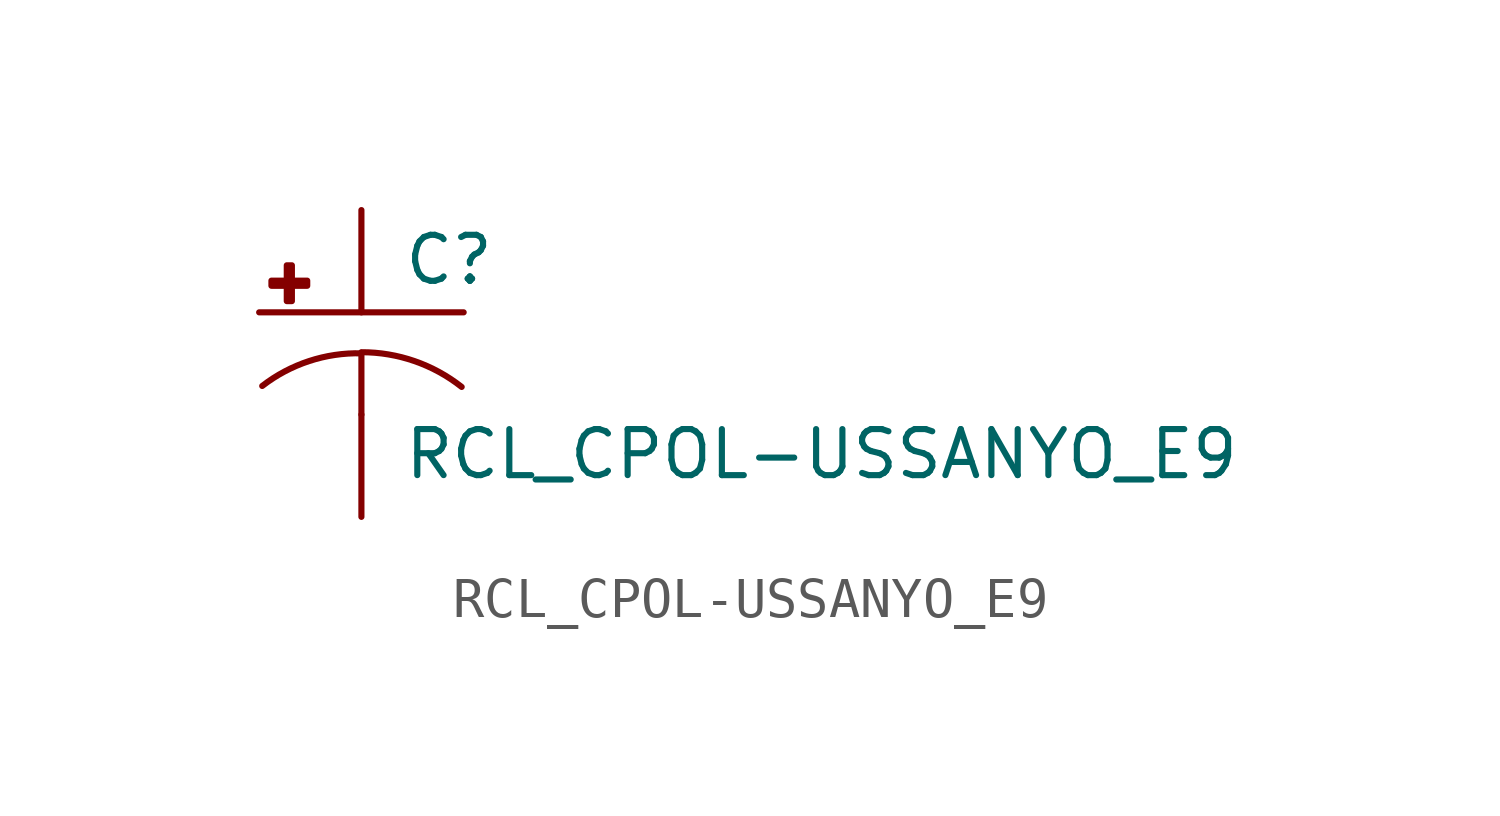
<source format=kicad_sym>
(kicad_symbol_lib
  (version 20210619)
  (generator kicad_symbol_editor)
  (symbol "RCL_CPOL-USSANYO_E9"
    (pin_numbers hide)
    (pin_names
      (offset 1.016) hide)
    (property "Reference" "C"
      (at 1.016 0.635 0)
      (effects (font (size 1.143 1.143)) (justify left bottom)))
    (property "Value" "RCL_CPOL-USSANYO_E9"
      (at 1.016 -4.191 0)
      (effects (font (size 1.143 1.143)) (justify left bottom)))
    (property "ki_locked" ""
      (at 0 0 0)
      (effects (font (size 1.27 1.27))))
    (symbol "RCL_CPOL-USSANYO_E9_1_0"
      (polyline (pts (xy -2.54 0) (xy 2.54 0)) (stroke (width 0)) (fill (type none)))
      (polyline (pts (xy 0 -1.016) (xy 0 -2.54)) (stroke (width 0)) (fill (type none)))
      (polyline (pts (xy 0 -1.016) (xy 0 -1.016)) (stroke (width 0)) (fill (type none))))
    (symbol "RCL_CPOL-USSANYO_E9_1_1"
      (arc (start 0 -1.016) (end -2.4638 -1.8288) (radius (at 0 -5.0546) (length 4.0386) (angles 90.1 127.3)) (stroke (width 0)) (fill (type none)))
      (arc (start 2.4892 -1.8542) (end 0 -0.9906) (radius (at 0 -5.0292) (length 4.0386) (angles 52.3 89.9)) (stroke (width 0)) (fill (type none)))
      (rectangle (start -2.235 0.66) (end -1.346 0.787) (stroke (width 0)) (fill (type outline)))
      (rectangle (start -1.854 0.279) (end -1.727 1.168) (stroke (width 0)) (fill (type outline)))
      (pin passive line (at 0 2.54 270) (length 2.54) (name "+" (effects (font (size 1.016 1.016)))) (number "+" (effects (font (size 1.016 1.016)))))
      (pin passive line (at 0 -5.08 90) (length 2.54) (name "-" (effects (font (size 1.016 1.016)))) (number "-" (effects (font (size 1.016 1.016))))))))
</source>
